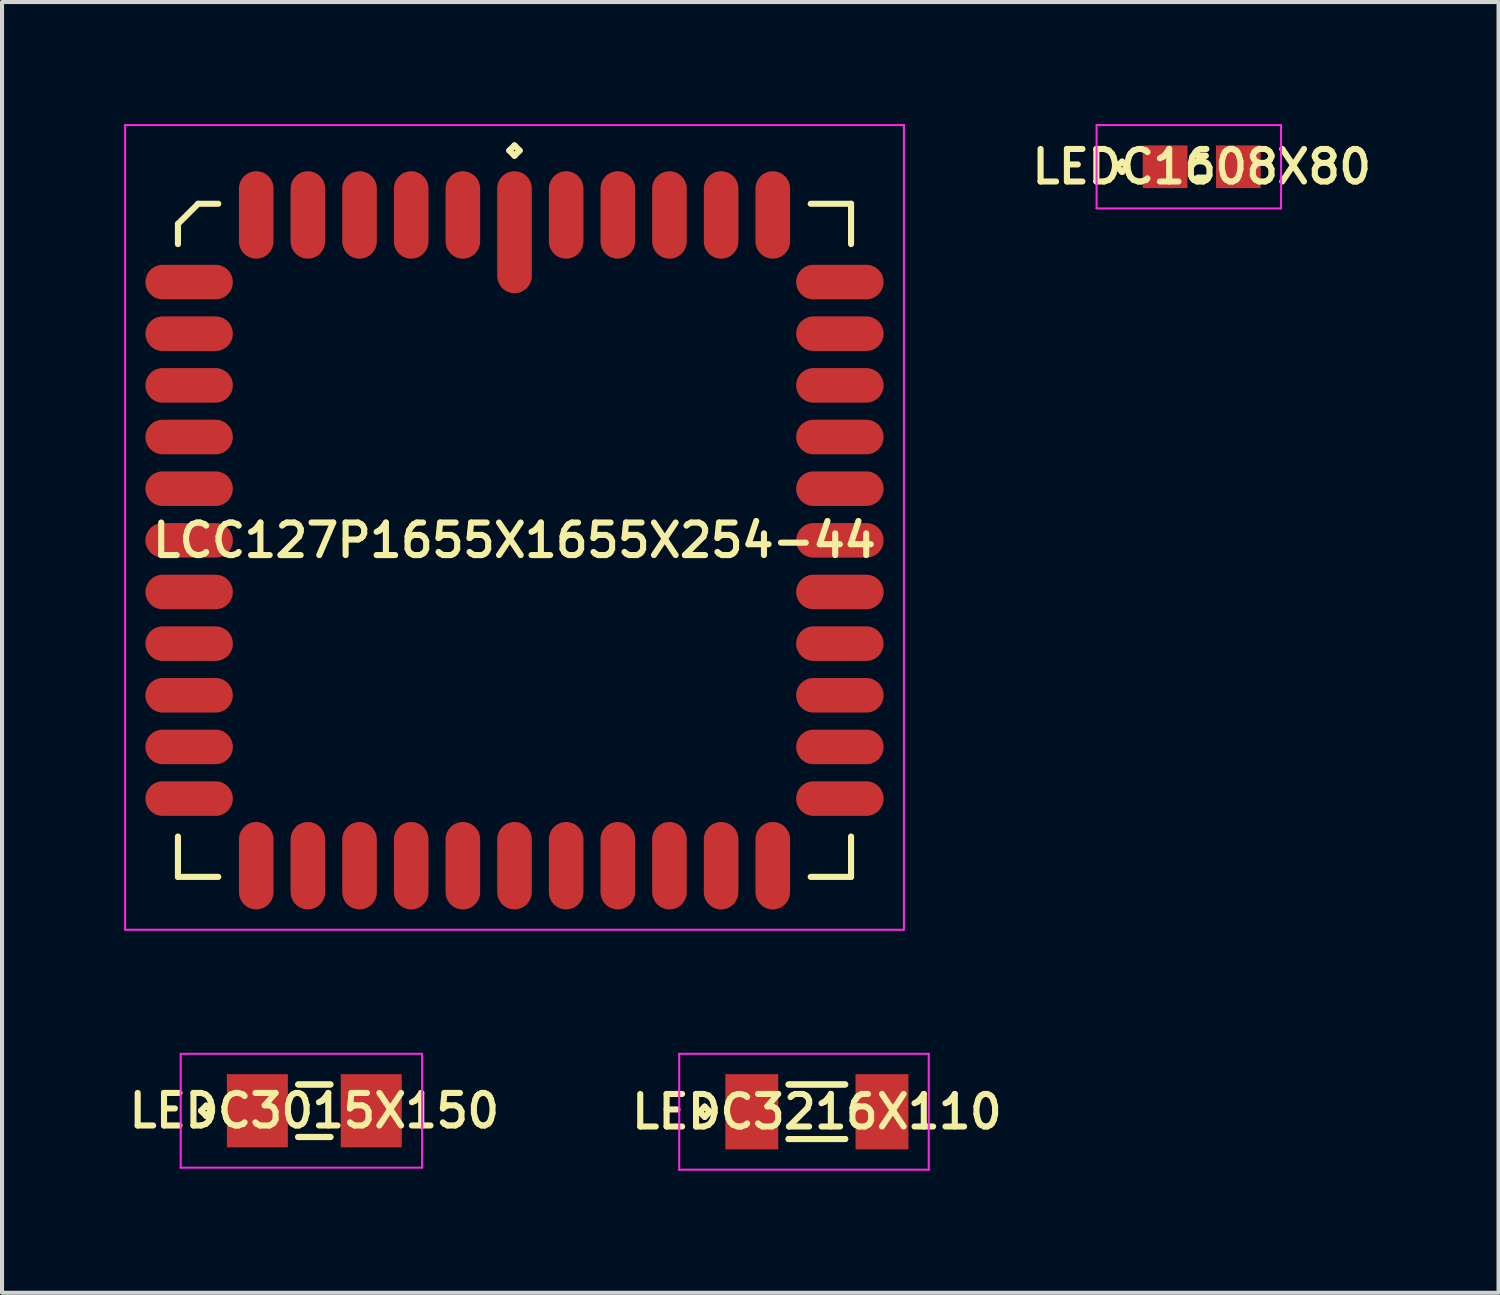
<source format=kicad_pcb>
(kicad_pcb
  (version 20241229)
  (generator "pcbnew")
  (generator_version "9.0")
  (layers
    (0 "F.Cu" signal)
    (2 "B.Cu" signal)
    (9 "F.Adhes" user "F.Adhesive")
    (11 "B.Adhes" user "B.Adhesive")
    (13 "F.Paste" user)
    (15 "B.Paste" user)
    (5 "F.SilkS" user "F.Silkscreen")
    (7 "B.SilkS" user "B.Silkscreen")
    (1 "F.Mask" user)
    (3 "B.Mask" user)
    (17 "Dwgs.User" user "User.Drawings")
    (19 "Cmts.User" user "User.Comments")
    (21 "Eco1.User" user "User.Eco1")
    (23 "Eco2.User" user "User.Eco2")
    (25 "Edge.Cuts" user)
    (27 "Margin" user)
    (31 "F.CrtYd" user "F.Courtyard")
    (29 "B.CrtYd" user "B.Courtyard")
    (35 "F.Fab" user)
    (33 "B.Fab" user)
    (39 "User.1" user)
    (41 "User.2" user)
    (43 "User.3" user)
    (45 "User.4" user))
  (footprint "LEDC3216X110"
    (layer "F.Cu")
    (at 17.035 24.285)
    (property "Reference" "LEDC3216X110" (at 0 0 0) (layer "F.SilkS") (effects (font (size 0.8 0.8) (thickness 0.15))))
    (attr smd)
    (fp_line (start -2.885 0) (end -2.758 -0.127) (stroke (width 0.15) (type solid)) (layer "F.SilkS"))
    (fp_line (start -2.758 -0.127) (end -2.631 0) (stroke (width 0.15) (type solid)) (layer "F.SilkS"))
    (fp_line (start -2.758 0.127) (end -2.885 0) (stroke (width 0.15) (type solid)) (layer "F.SilkS"))
    (fp_line (start -2.631 0) (end -2.758 0.127) (stroke (width 0.15) (type solid)) (layer "F.SilkS"))
    (fp_line (start -0.696 -0.671) (end 0.696 -0.671) (stroke (width 0.15) (type solid)) (layer "F.SilkS"))
    (fp_line (start -0.696 0.671) (end 0.696 0.671) (stroke (width 0.15) (type solid)) (layer "F.SilkS"))
    (fp_line (start 0.696 -0.671) (end -0.696 -0.671) (stroke (width 0.15) (type solid)) (layer "F.SilkS"))
    (fp_line (start 0.696 0.671) (end -0.696 0.671) (stroke (width 0.15) (type solid)) (layer "F.SilkS"))
    (fp_line (start -3.385 -1.425) (end 2.75 -1.425) (stroke (width 0.05) (type solid)) (layer "F.CrtYd"))
    (fp_line (start -3.385 1.425) (end -3.385 -1.425) (stroke (width 0.05) (type solid)) (layer "F.CrtYd"))
    (fp_line (start 2.75 -1.425) (end 2.75 1.425) (stroke (width 0.05) (type solid)) (layer "F.CrtYd"))
    (fp_line (start 2.75 1.425) (end -3.385 1.425) (stroke (width 0.05) (type solid)) (layer "F.CrtYd"))
    (pad "1" smd rect (at -1.6 0) (size 1.3 1.85) (layers "F.Cu" "F.Mask" "F.Paste"))
    (pad "2" smd rect (at 1.6 0) (size 1.3 1.85) (layers "F.Cu" "F.Mask" "F.Paste")))
  (footprint "LEDC1608X80"
    (layer "F.Cu")
    (at 26.497 1.05)
    (property "Reference" "LEDC1608X80" (at 0 0 0) (layer "F.SilkS") (effects (font (size 0.8 0.8) (thickness 0.15))))
    (attr smd)
    (fp_line (start -2.085 0) (end -1.958 -0.127) (stroke (width 0.15) (type solid)) (layer "F.SilkS"))
    (fp_line (start -1.958 -0.127) (end -1.831 0) (stroke (width 0.15) (type solid)) (layer "F.SilkS"))
    (fp_line (start -1.958 0.127) (end -2.085 0) (stroke (width 0.15) (type solid)) (layer "F.SilkS"))
    (fp_line (start -1.831 0) (end -1.958 0.127) (stroke (width 0.15) (type solid)) (layer "F.SilkS"))
    (fp_line (start -0.096 -0.271) (end 0.096 -0.271) (stroke (width 0.15) (type solid)) (layer "F.SilkS"))
    (fp_line (start -0.096 0.271) (end 0.096 0.271) (stroke (width 0.15) (type solid)) (layer "F.SilkS"))
    (fp_line (start 0.096 -0.271) (end -0.096 -0.271) (stroke (width 0.15) (type solid)) (layer "F.SilkS"))
    (fp_line (start 0.096 0.271) (end -0.096 0.271) (stroke (width 0.15) (type solid)) (layer "F.SilkS"))
    (fp_line (start -2.585 -1.025) (end 1.95 -1.025) (stroke (width 0.05) (type solid)) (layer "F.CrtYd"))
    (fp_line (start -2.585 1.025) (end -2.585 -1.025) (stroke (width 0.05) (type solid)) (layer "F.CrtYd"))
    (fp_line (start 1.95 -1.025) (end 1.95 1.025) (stroke (width 0.05) (type solid)) (layer "F.CrtYd"))
    (fp_line (start 1.95 1.025) (end -2.585 1.025) (stroke (width 0.05) (type solid)) (layer "F.CrtYd"))
    (pad "1" smd rect (at -0.9 0) (size 1.1 1.05) (layers "F.Cu" "F.Mask" "F.Paste"))
    (pad "2" smd rect (at 0.9 0) (size 1.1 1.05) (layers "F.Cu" "F.Mask" "F.Paste")))
  (footprint "LCC127P1655X1655X254-44"
    (layer "F.Cu")
    (at 9.6 10.235)
    (property "Reference" "LCC127P1655X1655X254-44" (at 0 0 0) (layer "F.SilkS") (effects (font (size 0.8 0.8) (thickness 0.15))))
    (attr smd)
    (fp_line (start -8.275 -7.779) (end -7.779 -8.275) (stroke (width 0.15) (type solid)) (layer "F.SilkS"))
    (fp_line (start -8.275 -7.283) (end -8.275 -7.779) (stroke (width 0.15) (type solid)) (layer "F.SilkS"))
    (fp_line (start -8.275 7.283) (end -8.275 8.275) (stroke (width 0.15) (type solid)) (layer "F.SilkS"))
    (fp_line (start -8.275 8.275) (end -7.283 8.275) (stroke (width 0.15) (type solid)) (layer "F.SilkS"))
    (fp_line (start -7.779 -8.275) (end -7.283 -8.275) (stroke (width 0.15) (type solid)) (layer "F.SilkS"))
    (fp_line (start -0.127 -9.583) (end 0 -9.71) (stroke (width 0.15) (type solid)) (layer "F.SilkS"))
    (fp_line (start 0 -9.71) (end 0.127 -9.583) (stroke (width 0.15) (type solid)) (layer "F.SilkS"))
    (fp_line (start 0 -9.456) (end -0.127 -9.583) (stroke (width 0.15) (type solid)) (layer "F.SilkS"))
    (fp_line (start 0.127 -9.583) (end 0 -9.456) (stroke (width 0.15) (type solid)) (layer "F.SilkS"))
    (fp_line (start 8.275 -8.275) (end 7.283 -8.275) (stroke (width 0.15) (type solid)) (layer "F.SilkS"))
    (fp_line (start 8.275 -7.283) (end 8.275 -8.275) (stroke (width 0.15) (type solid)) (layer "F.SilkS"))
    (fp_line (start 8.275 7.283) (end 8.275 8.275) (stroke (width 0.15) (type solid)) (layer "F.SilkS"))
    (fp_line (start 8.275 8.275) (end 7.283 8.275) (stroke (width 0.15) (type solid)) (layer "F.SilkS"))
    (fp_line (start -9.575 -10.21) (end 9.575 -10.21) (stroke (width 0.05) (type solid)) (layer "F.CrtYd"))
    (fp_line (start -9.575 9.575) (end -9.575 -10.21) (stroke (width 0.05) (type solid)) (layer "F.CrtYd"))
    (fp_line (start 9.575 -10.21) (end 9.575 9.575) (stroke (width 0.05) (type solid)) (layer "F.CrtYd"))
    (fp_line (start 9.575 9.575) (end -9.575 9.575) (stroke (width 0.05) (type solid)) (layer "F.CrtYd"))
    (pad "1" smd oval (at 0 -7.575) (size 0.85 3) (layers "F.Cu" "F.Mask" "F.Paste"))
    (pad "2" smd oval (at -1.27 -8) (size 0.85 2.15) (layers "F.Cu" "F.Mask" "F.Paste"))
    (pad "3" smd oval (at -2.54 -8) (size 0.85 2.15) (layers "F.Cu" "F.Mask" "F.Paste"))
    (pad "4" smd oval (at -3.81 -8) (size 0.85 2.15) (layers "F.Cu" "F.Mask" "F.Paste"))
    (pad "5" smd oval (at -5.08 -8) (size 0.85 2.15) (layers "F.Cu" "F.Mask" "F.Paste"))
    (pad "6" smd oval (at -6.35 -8) (size 0.85 2.15) (layers "F.Cu" "F.Mask" "F.Paste"))
    (pad "7" smd oval (at -8 -6.35) (size 2.15 0.85) (layers "F.Cu" "F.Mask" "F.Paste"))
    (pad "8" smd oval (at -8 -5.08) (size 2.15 0.85) (layers "F.Cu" "F.Mask" "F.Paste"))
    (pad "9" smd oval (at -8 -3.81) (size 2.15 0.85) (layers "F.Cu" "F.Mask" "F.Paste"))
    (pad "10" smd oval (at -8 -2.54) (size 2.15 0.85) (layers "F.Cu" "F.Mask" "F.Paste"))
    (pad "11" smd oval (at -8 -1.27) (size 2.15 0.85) (layers "F.Cu" "F.Mask" "F.Paste"))
    (pad "12" smd oval (at -8 0) (size 2.15 0.85) (layers "F.Cu" "F.Mask" "F.Paste"))
    (pad "13" smd oval (at -8 1.27) (size 2.15 0.85) (layers "F.Cu" "F.Mask" "F.Paste"))
    (pad "14" smd oval (at -8 2.54) (size 2.15 0.85) (layers "F.Cu" "F.Mask" "F.Paste"))
    (pad "15" smd oval (at -8 3.81) (size 2.15 0.85) (layers "F.Cu" "F.Mask" "F.Paste"))
    (pad "16" smd oval (at -8 5.08) (size 2.15 0.85) (layers "F.Cu" "F.Mask" "F.Paste"))
    (pad "17" smd oval (at -8 6.35) (size 2.15 0.85) (layers "F.Cu" "F.Mask" "F.Paste"))
    (pad "18" smd oval (at -6.35 8) (size 0.85 2.15) (layers "F.Cu" "F.Mask" "F.Paste"))
    (pad "19" smd oval (at -5.08 8) (size 0.85 2.15) (layers "F.Cu" "F.Mask" "F.Paste"))
    (pad "20" smd oval (at -3.81 8) (size 0.85 2.15) (layers "F.Cu" "F.Mask" "F.Paste"))
    (pad "21" smd oval (at -2.54 8) (size 0.85 2.15) (layers "F.Cu" "F.Mask" "F.Paste"))
    (pad "22" smd oval (at -1.27 8) (size 0.85 2.15) (layers "F.Cu" "F.Mask" "F.Paste"))
    (pad "23" smd oval (at 0 8) (size 0.85 2.15) (layers "F.Cu" "F.Mask" "F.Paste"))
    (pad "24" smd oval (at 1.27 8) (size 0.85 2.15) (layers "F.Cu" "F.Mask" "F.Paste"))
    (pad "25" smd oval (at 2.54 8) (size 0.85 2.15) (layers "F.Cu" "F.Mask" "F.Paste"))
    (pad "26" smd oval (at 3.81 8) (size 0.85 2.15) (layers "F.Cu" "F.Mask" "F.Paste"))
    (pad "27" smd oval (at 5.08 8) (size 0.85 2.15) (layers "F.Cu" "F.Mask" "F.Paste"))
    (pad "28" smd oval (at 6.35 8) (size 0.85 2.15) (layers "F.Cu" "F.Mask" "F.Paste"))
    (pad "29" smd oval (at 8 6.35) (size 2.15 0.85) (layers "F.Cu" "F.Mask" "F.Paste"))
    (pad "30" smd oval (at 8 5.08) (size 2.15 0.85) (layers "F.Cu" "F.Mask" "F.Paste"))
    (pad "31" smd oval (at 8 3.81) (size 2.15 0.85) (layers "F.Cu" "F.Mask" "F.Paste"))
    (pad "32" smd oval (at 8 2.54) (size 2.15 0.85) (layers "F.Cu" "F.Mask" "F.Paste"))
    (pad "33" smd oval (at 8 1.27) (size 2.15 0.85) (layers "F.Cu" "F.Mask" "F.Paste"))
    (pad "34" smd oval (at 8 0) (size 2.15 0.85) (layers "F.Cu" "F.Mask" "F.Paste"))
    (pad "35" smd oval (at 8 -1.27) (size 2.15 0.85) (layers "F.Cu" "F.Mask" "F.Paste"))
    (pad "36" smd oval (at 8 -2.54) (size 2.15 0.85) (layers "F.Cu" "F.Mask" "F.Paste"))
    (pad "37" smd oval (at 8 -3.81) (size 2.15 0.85) (layers "F.Cu" "F.Mask" "F.Paste"))
    (pad "38" smd oval (at 8 -5.08) (size 2.15 0.85) (layers "F.Cu" "F.Mask" "F.Paste"))
    (pad "39" smd oval (at 8 -6.35) (size 2.15 0.85) (layers "F.Cu" "F.Mask" "F.Paste"))
    (pad "40" smd oval (at 6.35 -8) (size 0.85 2.15) (layers "F.Cu" "F.Mask" "F.Paste"))
    (pad "41" smd oval (at 5.08 -8) (size 0.85 2.15) (layers "F.Cu" "F.Mask" "F.Paste"))
    (pad "42" smd oval (at 3.81 -8) (size 0.85 2.15) (layers "F.Cu" "F.Mask" "F.Paste"))
    (pad "43" smd oval (at 2.54 -8) (size 0.85 2.15) (layers "F.Cu" "F.Mask" "F.Paste"))
    (pad "44" smd oval (at 1.27 -8) (size 0.85 2.15) (layers "F.Cu" "F.Mask" "F.Paste")))
  (footprint "LEDC3015X150"
    (layer "F.Cu")
    (at 4.678 24.26)
    (property "Reference" "LEDC3015X150" (at 0 0 0) (layer "F.SilkS") (effects (font (size 0.8 0.8) (thickness 0.15))))
    (attr smd)
    (fp_line (start -2.785 0) (end -2.658 -0.127) (stroke (width 0.15) (type solid)) (layer "F.SilkS"))
    (fp_line (start -2.658 -0.127) (end -2.531 0) (stroke (width 0.15) (type solid)) (layer "F.SilkS"))
    (fp_line (start -2.658 0.127) (end -2.785 0) (stroke (width 0.15) (type solid)) (layer "F.SilkS"))
    (fp_line (start -2.531 0) (end -2.658 0.127) (stroke (width 0.15) (type solid)) (layer "F.SilkS"))
    (fp_line (start -0.396 -0.646) (end 0.396 -0.646) (stroke (width 0.15) (type solid)) (layer "F.SilkS"))
    (fp_line (start -0.396 0.646) (end 0.396 0.646) (stroke (width 0.15) (type solid)) (layer "F.SilkS"))
    (fp_line (start 0.396 -0.646) (end -0.396 -0.646) (stroke (width 0.15) (type solid)) (layer "F.SilkS"))
    (fp_line (start 0.396 0.646) (end -0.396 0.646) (stroke (width 0.15) (type solid)) (layer "F.SilkS"))
    (fp_line (start -3.285 -1.4) (end 2.65 -1.4) (stroke (width 0.05) (type solid)) (layer "F.CrtYd"))
    (fp_line (start -3.285 1.4) (end -3.285 -1.4) (stroke (width 0.05) (type solid)) (layer "F.CrtYd"))
    (fp_line (start 2.65 -1.4) (end 2.65 1.4) (stroke (width 0.05) (type solid)) (layer "F.CrtYd"))
    (fp_line (start 2.65 1.4) (end -3.285 1.4) (stroke (width 0.05) (type solid)) (layer "F.CrtYd"))
    (pad "1" smd rect (at -1.4 0) (size 1.5 1.8) (layers "F.Cu" "F.Mask" "F.Paste"))
    (pad "2" smd rect (at 1.4 0) (size 1.5 1.8) (layers "F.Cu" "F.Mask" "F.Paste")))
  (gr_rect
    (start -3 -3)
    (end 33.795 28.735)
    (stroke (width 0.1) (type default))
    (fill no)
    (layer "Edge.Cuts")))
</source>
